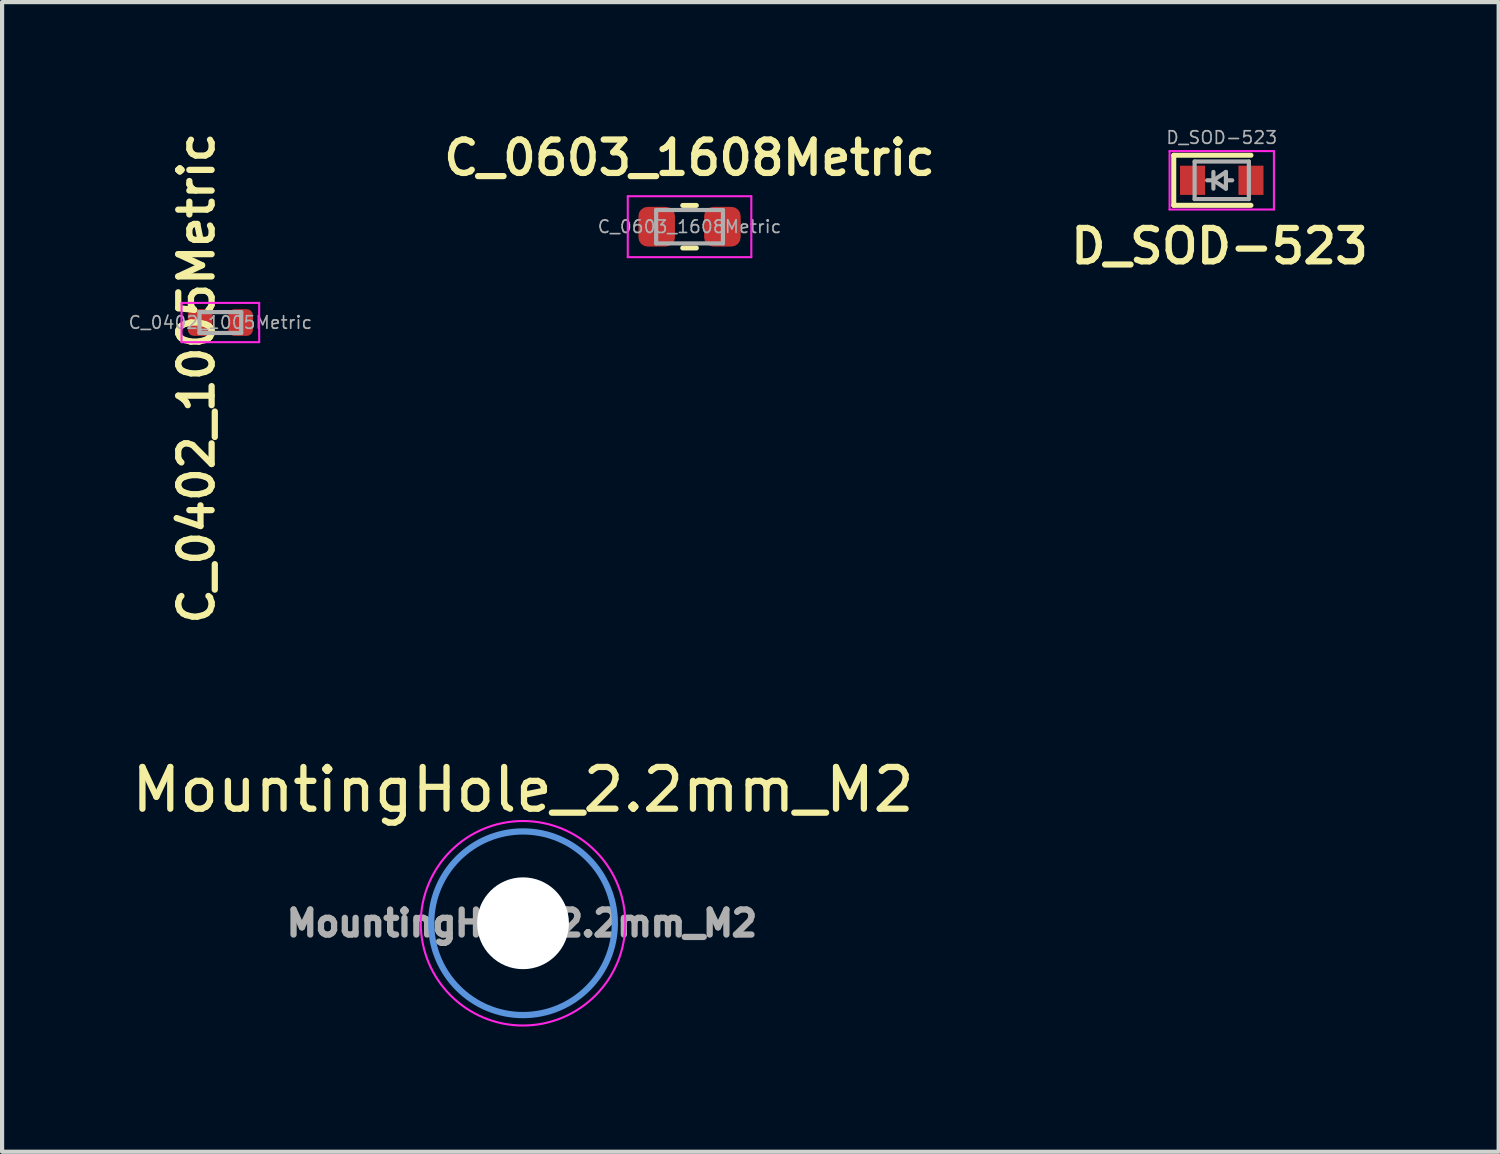
<source format=kicad_pcb>
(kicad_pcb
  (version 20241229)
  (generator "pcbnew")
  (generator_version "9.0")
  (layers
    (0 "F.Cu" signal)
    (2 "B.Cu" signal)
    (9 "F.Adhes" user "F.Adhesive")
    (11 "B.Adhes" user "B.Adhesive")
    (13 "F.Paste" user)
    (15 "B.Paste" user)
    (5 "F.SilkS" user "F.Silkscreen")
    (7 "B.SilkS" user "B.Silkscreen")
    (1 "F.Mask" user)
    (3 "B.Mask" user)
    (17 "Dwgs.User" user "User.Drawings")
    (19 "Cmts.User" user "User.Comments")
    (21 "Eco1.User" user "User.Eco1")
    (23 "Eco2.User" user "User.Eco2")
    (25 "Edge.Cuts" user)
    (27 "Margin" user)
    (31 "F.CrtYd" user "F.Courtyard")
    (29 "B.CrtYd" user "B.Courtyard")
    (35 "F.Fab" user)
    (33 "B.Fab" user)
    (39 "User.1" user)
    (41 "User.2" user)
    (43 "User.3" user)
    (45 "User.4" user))
  (footprint "C_0402_1005Metric"
    (layer "F.Cu")
    (at 2.23 4.678)
    (property "Reference" "C_0402_1005Metric" (at -0.572 1.333 90) (layer "F.SilkS") (effects (font (size 0.8 0.8) (thickness 0.15))))
    (attr smd)
    (fp_line (start -0.93 -0.47) (end 0.93 -0.47) (stroke (width 0.05) (type solid)) (layer "F.CrtYd"))
    (fp_line (start -0.93 0.47) (end -0.93 -0.47) (stroke (width 0.05) (type solid)) (layer "F.CrtYd"))
    (fp_line (start 0.93 -0.47) (end 0.93 0.47) (stroke (width 0.05) (type solid)) (layer "F.CrtYd"))
    (fp_line (start 0.93 0.47) (end -0.93 0.47) (stroke (width 0.05) (type solid)) (layer "F.CrtYd"))
    (fp_line (start -0.5 -0.25) (end 0.5 -0.25) (stroke (width 0.1) (type solid)) (layer "F.Fab"))
    (fp_line (start -0.5 0.25) (end -0.5 -0.25) (stroke (width 0.1) (type solid)) (layer "F.Fab"))
    (fp_line (start 0.5 -0.25) (end 0.5 0.25) (stroke (width 0.1) (type solid)) (layer "F.Fab"))
    (fp_line (start 0.5 0.25) (end -0.5 0.25) (stroke (width 0.1) (type solid)) (layer "F.Fab"))
    (fp_text user "${REFERENCE}" (at 0 0 180) (layer "F.Fab") (effects (font (size 0.3 0.3) (thickness 0.04))))
    (pad "1" smd roundrect (at -0.485 0) (size 0.59 0.64) (layers "F.Cu" "F.Mask" "F.Paste") (roundrect_rratio 0.25))
    (pad "2" smd roundrect (at 0.485 0) (size 0.59 0.64) (layers "F.Cu" "F.Mask" "F.Paste") (roundrect_rratio 0.25)))
  (footprint "C_0603_1608Metric"
    (layer "F.Cu")
    (at 13.472 2.382)
    (property "Reference" "C_0603_1608Metric" (at 0 -1.651 0) (layer "F.SilkS") (effects (font (size 0.8 0.8) (thickness 0.15))))
    (attr smd)
    (fp_line (start -0.163 -0.51) (end 0.163 -0.51) (stroke (width 0.12) (type solid)) (layer "F.SilkS"))
    (fp_line (start -0.163 0.51) (end 0.163 0.51) (stroke (width 0.12) (type solid)) (layer "F.SilkS"))
    (fp_line (start -1.48 -0.73) (end 1.48 -0.73) (stroke (width 0.05) (type solid)) (layer "F.CrtYd"))
    (fp_line (start -1.48 0.73) (end -1.48 -0.73) (stroke (width 0.05) (type solid)) (layer "F.CrtYd"))
    (fp_line (start 1.48 -0.73) (end 1.48 0.73) (stroke (width 0.05) (type solid)) (layer "F.CrtYd"))
    (fp_line (start 1.48 0.73) (end -1.48 0.73) (stroke (width 0.05) (type solid)) (layer "F.CrtYd"))
    (fp_line (start -0.8 -0.4) (end 0.8 -0.4) (stroke (width 0.1) (type solid)) (layer "F.Fab"))
    (fp_line (start -0.8 0.4) (end -0.8 -0.4) (stroke (width 0.1) (type solid)) (layer "F.Fab"))
    (fp_line (start 0.8 -0.4) (end 0.8 0.4) (stroke (width 0.1) (type solid)) (layer "F.Fab"))
    (fp_line (start 0.8 0.4) (end -0.8 0.4) (stroke (width 0.1) (type solid)) (layer "F.Fab"))
    (fp_text user "${REFERENCE}" (at 0 0 0) (layer "F.Fab") (effects (font (size 0.3 0.3) (thickness 0.04))))
    (pad "1" smd roundrect (at -0.787 0) (size 0.875 0.95) (layers "F.Cu" "F.Mask" "F.Paste") (roundrect_rratio 0.25))
    (pad "2" smd roundrect (at 0.787 0) (size 0.875 0.95) (layers "F.Cu" "F.Mask" "F.Paste") (roundrect_rratio 0.25)))
  (footprint "D_SOD-523"
    (layer "F.Cu")
    (at 26.224 1.27)
    (property "Reference" "D_SOD-523" (at -0.053 1.579 180) (layer "F.SilkS") (effects (font (size 0.8 0.8) (thickness 0.15))))
    (attr smd)
    (fp_line (start -1.15 -0.6) (end -1.15 0.6) (stroke (width 0.12) (type solid)) (layer "F.SilkS"))
    (fp_line (start 0.7 -0.6) (end -1.15 -0.6) (stroke (width 0.12) (type solid)) (layer "F.SilkS"))
    (fp_line (start 0.7 0.6) (end -1.15 0.6) (stroke (width 0.12) (type solid)) (layer "F.SilkS"))
    (fp_line (start -1.25 -0.7) (end 1.25 -0.7) (stroke (width 0.05) (type solid)) (layer "F.CrtYd"))
    (fp_line (start -1.25 0.7) (end -1.25 -0.7) (stroke (width 0.05) (type solid)) (layer "F.CrtYd"))
    (fp_line (start 1.25 -0.7) (end 1.25 0.7) (stroke (width 0.05) (type solid)) (layer "F.CrtYd"))
    (fp_line (start 1.25 0.7) (end -1.25 0.7) (stroke (width 0.05) (type solid)) (layer "F.CrtYd"))
    (fp_line (start -0.65 -0.45) (end 0.65 -0.45) (stroke (width 0.1) (type solid)) (layer "F.Fab"))
    (fp_line (start -0.65 0.45) (end -0.65 -0.45) (stroke (width 0.1) (type solid)) (layer "F.Fab"))
    (fp_line (start -0.2 0) (end -0.35 0) (stroke (width 0.1) (type solid)) (layer "F.Fab"))
    (fp_line (start -0.2 0) (end 0.1 0.2) (stroke (width 0.1) (type solid)) (layer "F.Fab"))
    (fp_line (start -0.2 0.2) (end -0.2 -0.2) (stroke (width 0.1) (type solid)) (layer "F.Fab"))
    (fp_line (start 0.1 -0.2) (end -0.2 0) (stroke (width 0.1) (type solid)) (layer "F.Fab"))
    (fp_line (start 0.1 0) (end 0.25 0) (stroke (width 0.1) (type solid)) (layer "F.Fab"))
    (fp_line (start 0.1 0.2) (end 0.1 -0.2) (stroke (width 0.1) (type solid)) (layer "F.Fab"))
    (fp_line (start 0.65 -0.45) (end 0.65 0.45) (stroke (width 0.1) (type solid)) (layer "F.Fab"))
    (fp_line (start 0.65 0.45) (end -0.65 0.45) (stroke (width 0.1) (type solid)) (layer "F.Fab"))
    (fp_text user "${REFERENCE}" (at 0 -1.024 180) (layer "F.Fab") (effects (font (size 0.3 0.3) (thickness 0.04))))
    (pad "1" smd rect (at -0.7 0 180) (size 0.6 0.7) (layers "F.Cu" "F.Mask" "F.Paste"))
    (pad "2" smd rect (at 0.7 0 180) (size 0.6 0.7) (layers "F.Cu" "F.Mask" "F.Paste")))
  (footprint "MountingHole_2.2mm_M2"
    (layer "F.Cu")
    (at 9.482 19.072)
    (property "Reference" "MountingHole_2.2mm_M2" (at 0 -3.2 180) (layer "F.SilkS") (effects (font (size 1 1) (thickness 0.15))))
    (attr exclude_from_pos_files exclude_from_bom)
    (fp_circle (center 0 0) (end 2.2 0) (stroke (width 0.15) (type solid)) (fill no) (layer "Cmts.User"))
    (fp_circle (center 0 0) (end 2.45 0) (stroke (width 0.05) (type solid)) (fill no) (layer "F.CrtYd"))
    (fp_text user "${REFERENCE}" (at -0.027 0 180) (layer "F.Fab") (effects (font (size 0.6 0.6) (thickness 0.15))))
    (pad "" np_thru_hole circle (at 0 0) (size 2.2 2.2) (drill 2.2) (layers "*.Cu" "*.Mask")))
  (gr_rect
    (start -3 -3)
    (end 32.859 24.547)
    (stroke (width 0.1) (type default))
    (fill no)
    (layer "Edge.Cuts")))
</source>
